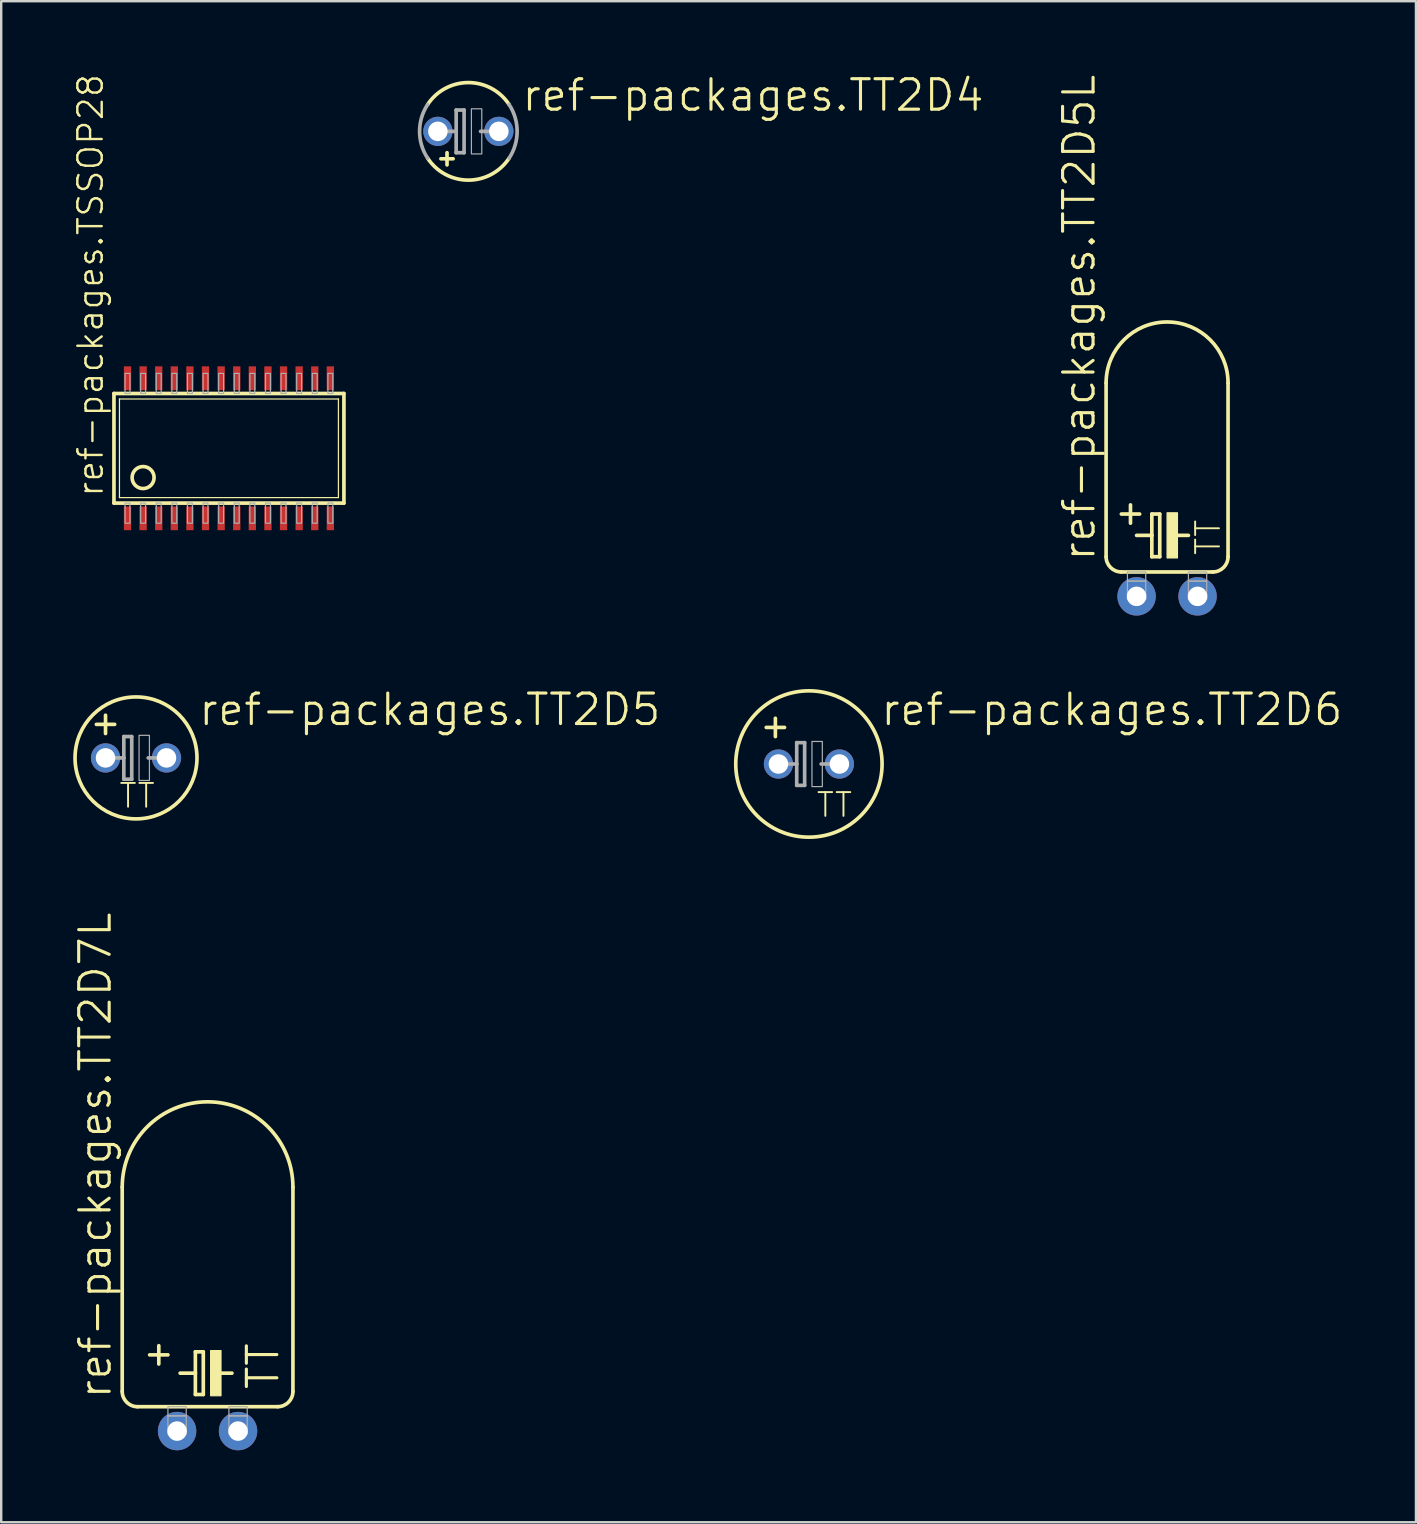
<source format=kicad_pcb>
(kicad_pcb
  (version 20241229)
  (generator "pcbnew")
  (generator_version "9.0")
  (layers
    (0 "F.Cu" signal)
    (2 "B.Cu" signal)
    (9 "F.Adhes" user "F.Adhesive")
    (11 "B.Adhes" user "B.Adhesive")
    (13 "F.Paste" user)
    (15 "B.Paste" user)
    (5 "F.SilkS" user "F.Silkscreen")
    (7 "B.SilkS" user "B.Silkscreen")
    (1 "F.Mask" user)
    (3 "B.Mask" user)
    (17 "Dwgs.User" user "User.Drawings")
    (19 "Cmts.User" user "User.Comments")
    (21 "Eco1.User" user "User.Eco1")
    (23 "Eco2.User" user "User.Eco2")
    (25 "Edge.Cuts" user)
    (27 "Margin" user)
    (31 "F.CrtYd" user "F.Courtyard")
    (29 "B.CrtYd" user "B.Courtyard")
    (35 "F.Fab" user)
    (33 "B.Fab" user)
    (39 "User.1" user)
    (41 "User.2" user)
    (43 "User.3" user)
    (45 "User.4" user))
  (footprint "ref-packages.TT2D4"
    (layer "F.Cu")
    (at 16.461 2.422)
    (property "Reference" "ref-packages.TT2D4" (at 2.159 -0.762 0) (layer "F.SilkS") (effects (font (size 1.27 1.27) (thickness 0.13)) (justify left bottom)))
    (attr through_hole)
    (fp_line (start -0.889 1.397) (end -0.889 0.889) (stroke (width 0.152) (type default)) (layer "F.SilkS"))
    (fp_line (start -0.635 1.143) (end -1.143 1.143) (stroke (width 0.152) (type default)) (layer "F.SilkS"))
    (fp_arc (start -1.6985 -1.1153) (mid 0 -2.031944) (end 1.6985 -1.1153) (stroke (width 0.1524) (type default)) (layer "F.SilkS"))
    (fp_arc (start 1.6985 1.1153) (mid 0 2.031944) (end -1.6985 1.1153) (stroke (width 0.1524) (type default)) (layer "F.SilkS"))
    (fp_line (start -1.016 0) (end -0.508 0) (stroke (width 0.152) (type default)) (layer "F.Fab"))
    (fp_line (start -0.508 -0.889) (end -0.508 0) (stroke (width 0.152) (type default)) (layer "F.Fab"))
    (fp_line (start -0.508 0) (end -0.508 0.889) (stroke (width 0.152) (type default)) (layer "F.Fab"))
    (fp_line (start -0.508 0.889) (end -0.178 0.889) (stroke (width 0.152) (type default)) (layer "F.Fab"))
    (fp_line (start -0.178 -0.889) (end -0.508 -0.889) (stroke (width 0.152) (type default)) (layer "F.Fab"))
    (fp_line (start -0.178 0.889) (end -0.178 -0.889) (stroke (width 0.152) (type default)) (layer "F.Fab"))
    (fp_line (start 0.508 0) (end 1.016 0) (stroke (width 0.152) (type default)) (layer "F.Fab"))
    (fp_rect (start 0.127 0.94) (end 0.559 -0.94) (stroke (width 0.05) (type default)) (fill no) (layer "F.Fab"))
    (fp_arc (start -1.6985 1.1153) (mid -2.031944 0) (end -1.6985 -1.1153) (stroke (width 0.1524) (type default)) (layer "F.Fab"))
    (fp_arc (start 1.6985 -1.1153) (mid 2.031944 0) (end 1.6985 1.1153) (stroke (width 0.1524) (type default)) (layer "F.Fab"))
    (pad "+" thru_hole circle (at -1.27 0) (size 1.219 1.219) (drill 0.813) (layers "*.Cu" "*.Mask"))
    (pad "-" thru_hole circle (at 1.27 0) (size 1.219 1.219) (drill 0.813) (layers "*.Cu" "*.Mask")))
  (footprint "ref-packages.TT2D5L"
    (layer "F.Cu")
    (at 45.568 21.793)
    (property "Reference" "ref-packages.TT2D5L" (at -2.921 -1.397 90) (layer "F.SilkS") (effects (font (size 1.27 1.27) (thickness 0.13)) (justify left bottom)))
    (attr through_hole)
    (fp_line (start -2.54 -8.89) (end -2.54 -1.651) (stroke (width 0.152) (type default)) (layer "F.SilkS"))
    (fp_line (start -1.905 -3.429) (end -1.143 -3.429) (stroke (width 0.152) (type default)) (layer "F.SilkS"))
    (fp_line (start -1.905 -1.016) (end 1.905 -1.016) (stroke (width 0.152) (type default)) (layer "F.SilkS"))
    (fp_line (start -1.524 -3.81) (end -1.524 -3.048) (stroke (width 0.152) (type default)) (layer "F.SilkS"))
    (fp_line (start -1.27 -2.54) (end -0.635 -2.54) (stroke (width 0.152) (type default)) (layer "F.SilkS"))
    (fp_line (start -0.635 -3.429) (end -0.635 -2.54) (stroke (width 0.152) (type default)) (layer "F.SilkS"))
    (fp_line (start -0.635 -2.54) (end -0.635 -1.651) (stroke (width 0.152) (type default)) (layer "F.SilkS"))
    (fp_line (start -0.635 -1.651) (end -0.305 -1.651) (stroke (width 0.152) (type default)) (layer "F.SilkS"))
    (fp_line (start -0.305 -3.429) (end -0.635 -3.429) (stroke (width 0.152) (type default)) (layer "F.SilkS"))
    (fp_line (start -0.305 -1.651) (end -0.305 -3.429) (stroke (width 0.152) (type default)) (layer "F.SilkS"))
    (fp_line (start 0.381 -2.54) (end 0.889 -2.54) (stroke (width 0.152) (type default)) (layer "F.SilkS"))
    (fp_line (start 2.54 -8.89) (end 2.54 -1.651) (stroke (width 0.152) (type default)) (layer "F.SilkS"))
    (fp_rect (start 0 -1.6) (end 0.432 -3.48) (stroke (width 0.05) (type default)) (fill yes) (layer "F.SilkS"))
    (fp_arc (start -2.54 -8.89) (mid 0 -11.43) (end 2.54 -8.89) (stroke (width 0.1524) (type default)) (layer "F.SilkS"))
    (fp_arc (start -1.905 -1.016) (mid -2.354013 -1.201987) (end -2.54 -1.651) (stroke (width 0.1524) (type default)) (layer "F.SilkS"))
    (fp_arc (start 2.54 -1.651) (mid 2.354013 -1.201987) (end 1.905 -1.016) (stroke (width 0.1524) (type default)) (layer "F.SilkS"))
    (fp_rect (start -1.651 -0.635) (end -0.889 -1.016) (stroke (width 0.05) (type default)) (fill no) (layer "F.Fab"))
    (fp_rect (start -1.651 0.127) (end -0.889 -0.635) (stroke (width 0.05) (type default)) (fill no) (layer "F.Fab"))
    (fp_rect (start 0.889 -0.635) (end 1.651 -1.016) (stroke (width 0.05) (type default)) (fill no) (layer "F.Fab"))
    (fp_rect (start 0.889 0.127) (end 1.651 -0.635) (stroke (width 0.05) (type default)) (fill no) (layer "F.Fab"))
    (fp_text user "TT" (at 2.286 -1.651 90) (layer "F.SilkS") (effects (font (size 0.991 0.991) (thickness 0.08)) (justify left bottom)))
    (pad "+" thru_hole circle (at -1.27 0) (size 1.6 1.6) (drill 0.813) (layers "*.Cu" "*.Mask"))
    (pad "-" thru_hole circle (at 1.27 0) (size 1.6 1.6) (drill 0.813) (layers "*.Cu" "*.Mask")))
  (footprint "ref-packages.TT2D7L"
    (layer "F.Cu")
    (at 5.597 56.566)
    (property "Reference" "ref-packages.TT2D7L" (at -3.937 -1.27 90) (layer "F.SilkS") (effects (font (size 1.27 1.27) (thickness 0.13)) (justify left bottom)))
    (attr through_hole)
    (fp_line (start -3.556 -10.16) (end -3.556 -1.651) (stroke (width 0.152) (type default)) (layer "F.SilkS"))
    (fp_line (start -2.921 -1.016) (end 2.921 -1.016) (stroke (width 0.152) (type default)) (layer "F.SilkS"))
    (fp_line (start -2.413 -3.175) (end -1.651 -3.175) (stroke (width 0.152) (type default)) (layer "F.SilkS"))
    (fp_line (start -2.032 -2.794) (end -2.032 -3.556) (stroke (width 0.152) (type default)) (layer "F.SilkS"))
    (fp_line (start -1.143 -2.413) (end -0.508 -2.413) (stroke (width 0.152) (type default)) (layer "F.SilkS"))
    (fp_line (start -0.508 -3.302) (end -0.508 -2.413) (stroke (width 0.152) (type default)) (layer "F.SilkS"))
    (fp_line (start -0.508 -2.413) (end -0.508 -1.524) (stroke (width 0.152) (type default)) (layer "F.SilkS"))
    (fp_line (start -0.508 -1.524) (end -0.178 -1.524) (stroke (width 0.152) (type default)) (layer "F.SilkS"))
    (fp_line (start -0.178 -3.302) (end -0.508 -3.302) (stroke (width 0.152) (type default)) (layer "F.SilkS"))
    (fp_line (start -0.178 -1.524) (end -0.178 -3.302) (stroke (width 0.152) (type default)) (layer "F.SilkS"))
    (fp_line (start 0.508 -2.413) (end 1.016 -2.413) (stroke (width 0.152) (type default)) (layer "F.SilkS"))
    (fp_line (start 3.556 -10.16) (end 3.556 -1.651) (stroke (width 0.152) (type default)) (layer "F.SilkS"))
    (fp_rect (start 0.127 -1.473) (end 0.559 -3.353) (stroke (width 0.05) (type default)) (fill yes) (layer "F.SilkS"))
    (fp_arc (start -3.556 -10.16) (mid 0 -13.716) (end 3.556 -10.16) (stroke (width 0.1524) (type default)) (layer "F.SilkS"))
    (fp_arc (start -2.921 -1.016) (mid -3.370013 -1.201987) (end -3.556 -1.651) (stroke (width 0.1524) (type default)) (layer "F.SilkS"))
    (fp_arc (start 3.556 -1.651) (mid 3.370013 -1.201987) (end 2.921 -1.016) (stroke (width 0.1524) (type default)) (layer "F.SilkS"))
    (fp_rect (start -1.651 -0.635) (end -0.889 -1.016) (stroke (width 0.05) (type default)) (fill no) (layer "F.Fab"))
    (fp_rect (start -1.651 0.127) (end -0.889 -0.635) (stroke (width 0.05) (type default)) (fill no) (layer "F.Fab"))
    (fp_rect (start 0.889 -0.635) (end 1.651 -1.016) (stroke (width 0.05) (type default)) (fill no) (layer "F.Fab"))
    (fp_rect (start 0.889 0.127) (end 1.651 -0.635) (stroke (width 0.05) (type default)) (fill no) (layer "F.Fab"))
    (fp_text user "TT" (at 3.048 -1.651 90) (layer "F.SilkS") (effects (font (size 1.27 1.27) (thickness 0.13)) (justify left bottom)))
    (pad "+" thru_hole circle (at -1.27 0) (size 1.6 1.6) (drill 0.813) (layers "*.Cu" "*.Mask"))
    (pad "-" thru_hole circle (at 1.27 0) (size 1.6 1.6) (drill 0.813) (layers "*.Cu" "*.Mask")))
  (footprint "ref-packages.TSSOP28"
    (layer "F.Cu")
    (at 6.487 15.625)
    (property "Reference" "ref-packages.TSSOP28" (at -5.171 2.083 90) (layer "F.SilkS") (effects (font (size 1.016 1.016) (thickness 0.1)) (justify left bottom)))
    (attr smd)
    (fp_line (start -4.79 2.283) (end -4.79 -2.283) (stroke (width 0.152) (type default)) (layer "F.SilkS"))
    (fp_line (start -4.79 2.283) (end 4.79 2.283) (stroke (width 0.152) (type default)) (layer "F.SilkS"))
    (fp_line (start -4.561 2.054) (end -4.561 -2.054) (stroke (width 0.051) (type default)) (layer "F.SilkS"))
    (fp_line (start -4.561 2.054) (end 4.561 2.054) (stroke (width 0.051) (type default)) (layer "F.SilkS"))
    (fp_line (start 4.561 -2.054) (end -4.561 -2.054) (stroke (width 0.051) (type default)) (layer "F.SilkS"))
    (fp_line (start 4.561 -2.054) (end 4.561 2.054) (stroke (width 0.051) (type default)) (layer "F.SilkS"))
    (fp_line (start 4.79 -2.283) (end -4.79 -2.283) (stroke (width 0.152) (type default)) (layer "F.SilkS"))
    (fp_line (start 4.79 -2.283) (end 4.79 2.283) (stroke (width 0.152) (type default)) (layer "F.SilkS"))
    (fp_circle (center -3.576 1.219) (end -3.118 1.219) (stroke (width 0.152) (type default)) (fill no) (layer "F.SilkS"))
    (fp_rect (start -4.327 -2.283) (end -4.123 -3.121) (stroke (width 0.05) (type default)) (fill no) (layer "F.Fab"))
    (fp_rect (start -4.327 3.121) (end -4.123 2.283) (stroke (width 0.05) (type default)) (fill no) (layer "F.Fab"))
    (fp_rect (start -3.677 -2.283) (end -3.473 -3.121) (stroke (width 0.05) (type default)) (fill no) (layer "F.Fab"))
    (fp_rect (start -3.677 3.121) (end -3.473 2.283) (stroke (width 0.05) (type default)) (fill no) (layer "F.Fab"))
    (fp_rect (start -3.027 -2.283) (end -2.823 -3.121) (stroke (width 0.05) (type default)) (fill no) (layer "F.Fab"))
    (fp_rect (start -3.027 3.121) (end -2.823 2.283) (stroke (width 0.05) (type default)) (fill no) (layer "F.Fab"))
    (fp_rect (start -2.377 -2.283) (end -2.173 -3.121) (stroke (width 0.05) (type default)) (fill no) (layer "F.Fab"))
    (fp_rect (start -2.377 3.121) (end -2.173 2.283) (stroke (width 0.05) (type default)) (fill no) (layer "F.Fab"))
    (fp_rect (start -1.727 -2.283) (end -1.523 -3.121) (stroke (width 0.05) (type default)) (fill no) (layer "F.Fab"))
    (fp_rect (start -1.727 3.121) (end -1.523 2.283) (stroke (width 0.05) (type default)) (fill no) (layer "F.Fab"))
    (fp_rect (start -1.077 -2.283) (end -0.873 -3.121) (stroke (width 0.05) (type default)) (fill no) (layer "F.Fab"))
    (fp_rect (start -1.077 3.121) (end -0.873 2.283) (stroke (width 0.05) (type default)) (fill no) (layer "F.Fab"))
    (fp_rect (start -0.427 -2.283) (end -0.223 -3.121) (stroke (width 0.05) (type default)) (fill no) (layer "F.Fab"))
    (fp_rect (start -0.427 3.121) (end -0.223 2.283) (stroke (width 0.05) (type default)) (fill no) (layer "F.Fab"))
    (fp_rect (start 0.223 -2.283) (end 0.427 -3.121) (stroke (width 0.05) (type default)) (fill no) (layer "F.Fab"))
    (fp_rect (start 0.223 3.121) (end 0.427 2.283) (stroke (width 0.05) (type default)) (fill no) (layer "F.Fab"))
    (fp_rect (start 0.873 -2.283) (end 1.077 -3.121) (stroke (width 0.05) (type default)) (fill no) (layer "F.Fab"))
    (fp_rect (start 0.873 3.121) (end 1.077 2.283) (stroke (width 0.05) (type default)) (fill no) (layer "F.Fab"))
    (fp_rect (start 1.523 -2.283) (end 1.727 -3.121) (stroke (width 0.05) (type default)) (fill no) (layer "F.Fab"))
    (fp_rect (start 1.523 3.121) (end 1.727 2.283) (stroke (width 0.05) (type default)) (fill no) (layer "F.Fab"))
    (fp_rect (start 2.173 -2.283) (end 2.377 -3.121) (stroke (width 0.05) (type default)) (fill no) (layer "F.Fab"))
    (fp_rect (start 2.173 3.121) (end 2.377 2.283) (stroke (width 0.05) (type default)) (fill no) (layer "F.Fab"))
    (fp_rect (start 2.823 -2.283) (end 3.027 -3.121) (stroke (width 0.05) (type default)) (fill no) (layer "F.Fab"))
    (fp_rect (start 2.823 3.121) (end 3.027 2.283) (stroke (width 0.05) (type default)) (fill no) (layer "F.Fab"))
    (fp_rect (start 3.473 -2.283) (end 3.677 -3.121) (stroke (width 0.05) (type default)) (fill no) (layer "F.Fab"))
    (fp_rect (start 3.473 3.121) (end 3.677 2.283) (stroke (width 0.05) (type default)) (fill no) (layer "F.Fab"))
    (fp_rect (start 4.123 -2.283) (end 4.327 -3.121) (stroke (width 0.05) (type default)) (fill no) (layer "F.Fab"))
    (fp_rect (start 4.123 3.121) (end 4.327 2.283) (stroke (width 0.05) (type default)) (fill no) (layer "F.Fab"))
    (pad "1" smd roundrect (at -4.225 2.918) (size 0.305 0.991) (layers "F.Cu" "F.Mask" "F.Paste") (roundrect_rratio 0.01))
    (pad "2" smd roundrect (at -3.575 2.918) (size 0.305 0.991) (layers "F.Cu" "F.Mask" "F.Paste") (roundrect_rratio 0.01))
    (pad "3" smd roundrect (at -2.925 2.918) (size 0.305 0.991) (layers "F.Cu" "F.Mask" "F.Paste") (roundrect_rratio 0.01))
    (pad "4" smd roundrect (at -2.275 2.918) (size 0.305 0.991) (layers "F.Cu" "F.Mask" "F.Paste") (roundrect_rratio 0.01))
    (pad "5" smd roundrect (at -1.625 2.918) (size 0.305 0.991) (layers "F.Cu" "F.Mask" "F.Paste") (roundrect_rratio 0.01))
    (pad "6" smd roundrect (at -0.975 2.918) (size 0.305 0.991) (layers "F.Cu" "F.Mask" "F.Paste") (roundrect_rratio 0.01))
    (pad "7" smd roundrect (at -0.325 2.918) (size 0.305 0.991) (layers "F.Cu" "F.Mask" "F.Paste") (roundrect_rratio 0.01))
    (pad "8" smd roundrect (at 0.325 2.918) (size 0.305 0.991) (layers "F.Cu" "F.Mask" "F.Paste") (roundrect_rratio 0.01))
    (pad "9" smd roundrect (at 0.975 2.918) (size 0.305 0.991) (layers "F.Cu" "F.Mask" "F.Paste") (roundrect_rratio 0.01))
    (pad "10" smd roundrect (at 1.625 2.918) (size 0.305 0.991) (layers "F.Cu" "F.Mask" "F.Paste") (roundrect_rratio 0.01))
    (pad "11" smd roundrect (at 2.275 2.918) (size 0.305 0.991) (layers "F.Cu" "F.Mask" "F.Paste") (roundrect_rratio 0.01))
    (pad "12" smd roundrect (at 2.925 2.918) (size 0.305 0.991) (layers "F.Cu" "F.Mask" "F.Paste") (roundrect_rratio 0.01))
    (pad "13" smd roundrect (at 3.575 2.918) (size 0.305 0.991) (layers "F.Cu" "F.Mask" "F.Paste") (roundrect_rratio 0.01))
    (pad "14" smd roundrect (at 4.225 2.918) (size 0.305 0.991) (layers "F.Cu" "F.Mask" "F.Paste") (roundrect_rratio 0.01))
    (pad "15" smd roundrect (at 4.225 -2.918) (size 0.305 0.991) (layers "F.Cu" "F.Mask" "F.Paste") (roundrect_rratio 0.01))
    (pad "16" smd roundrect (at 3.575 -2.918) (size 0.305 0.991) (layers "F.Cu" "F.Mask" "F.Paste") (roundrect_rratio 0.01))
    (pad "17" smd roundrect (at 2.925 -2.918) (size 0.305 0.991) (layers "F.Cu" "F.Mask" "F.Paste") (roundrect_rratio 0.01))
    (pad "18" smd roundrect (at 2.275 -2.918) (size 0.305 0.991) (layers "F.Cu" "F.Mask" "F.Paste") (roundrect_rratio 0.01))
    (pad "19" smd roundrect (at 1.625 -2.918) (size 0.305 0.991) (layers "F.Cu" "F.Mask" "F.Paste") (roundrect_rratio 0.01))
    (pad "20" smd roundrect (at 0.975 -2.918) (size 0.305 0.991) (layers "F.Cu" "F.Mask" "F.Paste") (roundrect_rratio 0.01))
    (pad "21" smd roundrect (at 0.325 -2.918) (size 0.305 0.991) (layers "F.Cu" "F.Mask" "F.Paste") (roundrect_rratio 0.01))
    (pad "22" smd roundrect (at -0.325 -2.918) (size 0.305 0.991) (layers "F.Cu" "F.Mask" "F.Paste") (roundrect_rratio 0.01))
    (pad "23" smd roundrect (at -0.975 -2.918) (size 0.305 0.991) (layers "F.Cu" "F.Mask" "F.Paste") (roundrect_rratio 0.01))
    (pad "24" smd roundrect (at -1.625 -2.918) (size 0.305 0.991) (layers "F.Cu" "F.Mask" "F.Paste") (roundrect_rratio 0.01))
    (pad "25" smd roundrect (at -2.275 -2.918) (size 0.305 0.991) (layers "F.Cu" "F.Mask" "F.Paste") (roundrect_rratio 0.01))
    (pad "26" smd roundrect (at -2.925 -2.918) (size 0.305 0.991) (layers "F.Cu" "F.Mask" "F.Paste") (roundrect_rratio 0.01))
    (pad "27" smd roundrect (at -3.575 -2.918) (size 0.305 0.991) (layers "F.Cu" "F.Mask" "F.Paste") (roundrect_rratio 0.01))
    (pad "28" smd roundrect (at -4.225 -2.918) (size 0.305 0.991) (layers "F.Cu" "F.Mask" "F.Paste") (roundrect_rratio 0.01)))
  (footprint "ref-packages.TT2D6"
    (layer "F.Cu")
    (at 30.648 28.777)
    (property "Reference" "ref-packages.TT2D6" (at 2.921 -1.524 0) (layer "F.SilkS") (effects (font (size 1.27 1.27) (thickness 0.13)) (justify left bottom)))
    (attr through_hole)
    (fp_line (start -1.778 -1.524) (end -1.016 -1.524) (stroke (width 0.152) (type default)) (layer "F.SilkS"))
    (fp_line (start -1.397 -1.143) (end -1.397 -1.905) (stroke (width 0.152) (type default)) (layer "F.SilkS"))
    (fp_circle (center 0 0) (end 3.048 0) (stroke (width 0.152) (type default)) (fill no) (layer "F.SilkS"))
    (fp_line (start -1.016 0) (end -0.508 0) (stroke (width 0.152) (type default)) (layer "F.Fab"))
    (fp_line (start -0.508 -0.889) (end -0.508 0) (stroke (width 0.152) (type default)) (layer "F.Fab"))
    (fp_line (start -0.508 0) (end -0.508 0.889) (stroke (width 0.152) (type default)) (layer "F.Fab"))
    (fp_line (start -0.508 0.889) (end -0.178 0.889) (stroke (width 0.152) (type default)) (layer "F.Fab"))
    (fp_line (start -0.178 -0.889) (end -0.508 -0.889) (stroke (width 0.152) (type default)) (layer "F.Fab"))
    (fp_line (start -0.178 0.889) (end -0.178 -0.889) (stroke (width 0.152) (type default)) (layer "F.Fab"))
    (fp_line (start 0.508 0) (end 1.016 0) (stroke (width 0.152) (type default)) (layer "F.Fab"))
    (fp_rect (start 0.127 0.94) (end 0.559 -0.94) (stroke (width 0.05) (type default)) (fill no) (layer "F.Fab"))
    (fp_text user "TT" (at 0.254 2.286 0) (layer "F.SilkS") (effects (font (size 0.991 0.991) (thickness 0.08)) (justify left bottom)))
    (pad "+" thru_hole circle (at -1.27 0) (size 1.219 1.219) (drill 0.813) (layers "*.Cu" "*.Mask"))
    (pad "-" thru_hole circle (at 1.27 0) (size 1.219 1.219) (drill 0.813) (layers "*.Cu" "*.Mask")))
  (footprint "ref-packages.TT2D5"
    (layer "F.Cu")
    (at 2.616 28.523)
    (property "Reference" "ref-packages.TT2D5" (at 2.54 -1.27 0) (layer "F.SilkS") (effects (font (size 1.27 1.27) (thickness 0.13)) (justify left bottom)))
    (attr through_hole)
    (fp_line (start -1.27 -1.016) (end -1.27 -1.778) (stroke (width 0.152) (type default)) (layer "F.SilkS"))
    (fp_line (start -0.889 -1.397) (end -1.651 -1.397) (stroke (width 0.152) (type default)) (layer "F.SilkS"))
    (fp_circle (center 0 0) (end 2.54 0) (stroke (width 0.152) (type default)) (fill no) (layer "F.SilkS"))
    (fp_line (start -1.016 0) (end -0.508 0) (stroke (width 0.152) (type default)) (layer "F.Fab"))
    (fp_line (start -0.508 -0.889) (end -0.508 0) (stroke (width 0.152) (type default)) (layer "F.Fab"))
    (fp_line (start -0.508 0) (end -0.508 0.889) (stroke (width 0.152) (type default)) (layer "F.Fab"))
    (fp_line (start -0.508 0.889) (end -0.178 0.889) (stroke (width 0.152) (type default)) (layer "F.Fab"))
    (fp_line (start -0.178 -0.889) (end -0.508 -0.889) (stroke (width 0.152) (type default)) (layer "F.Fab"))
    (fp_line (start -0.178 0.889) (end -0.178 -0.889) (stroke (width 0.152) (type default)) (layer "F.Fab"))
    (fp_line (start 0.508 0) (end 1.016 0) (stroke (width 0.152) (type default)) (layer "F.Fab"))
    (fp_rect (start 0.127 0.94) (end 0.559 -0.94) (stroke (width 0.05) (type default)) (fill no) (layer "F.Fab"))
    (fp_text user "TT" (at -0.762 2.159 0) (layer "F.SilkS") (effects (font (size 0.991 0.991) (thickness 0.08)) (justify left bottom)))
    (pad "+" thru_hole circle (at -1.27 0) (size 1.219 1.219) (drill 0.813) (layers "*.Cu" "*.Mask"))
    (pad "-" thru_hole circle (at 1.27 0) (size 1.219 1.219) (drill 0.813) (layers "*.Cu" "*.Mask")))
  (gr_rect
    (start -3 -3)
    (end 55.936 60.366)
    (stroke (width 0.1) (type default))
    (fill no)
    (layer "Edge.Cuts")))
</source>
